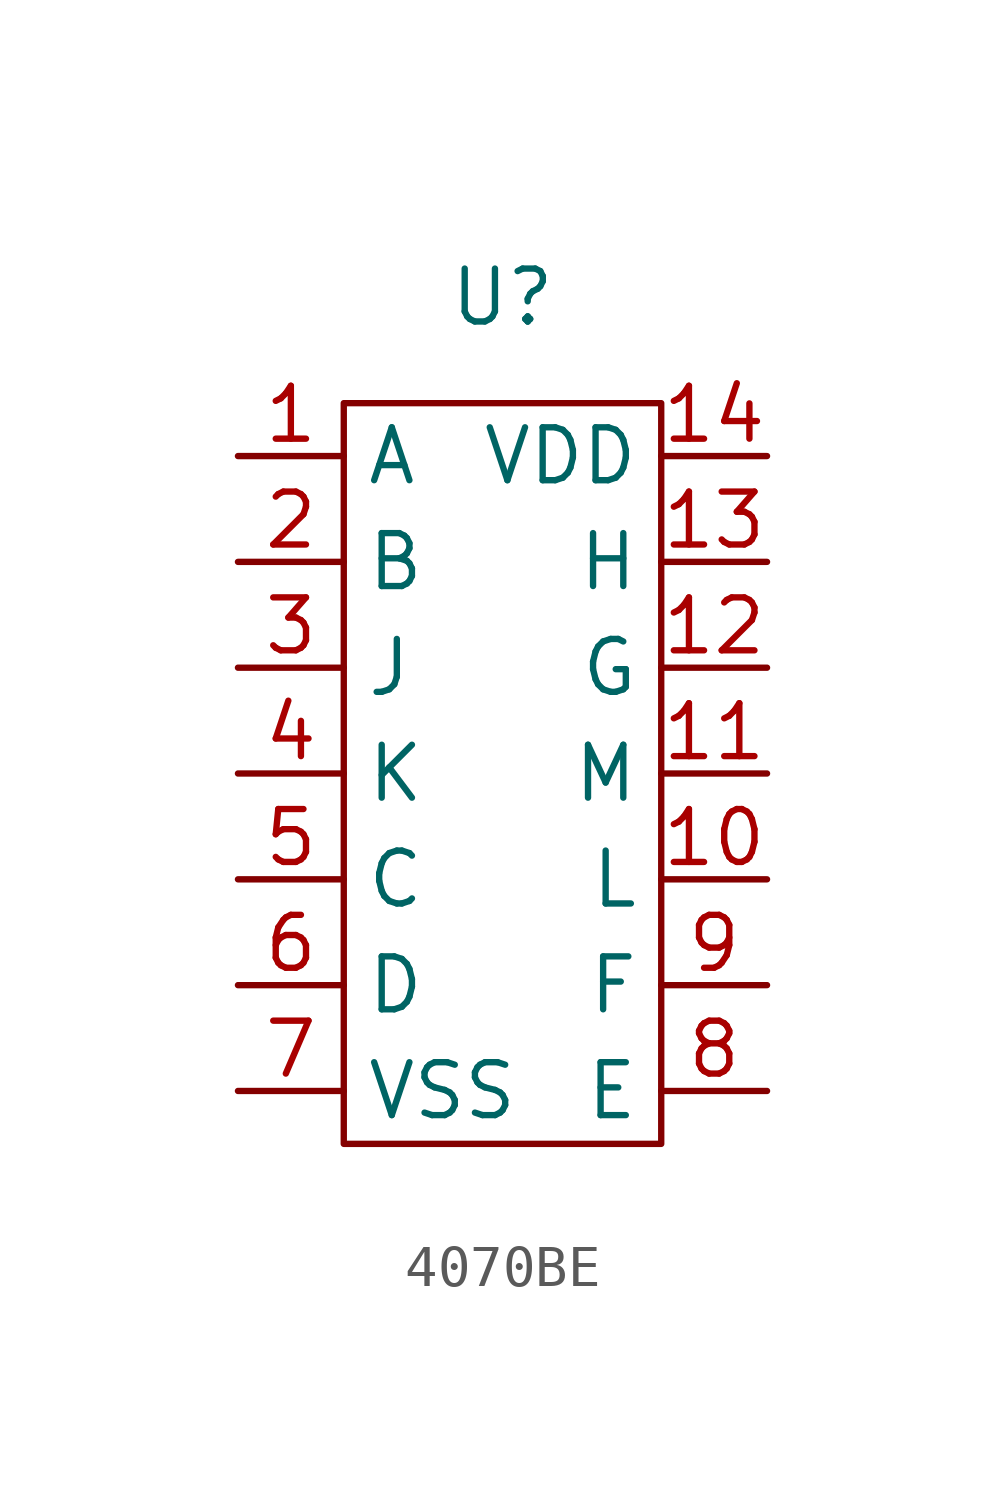
<source format=kicad_sym>
(kicad_symbol_lib
  (version 20220914)
  (generator kicad_symbol_editor)
  (symbol "4070BE"
    (property "Reference" "U"
      (at 0 11.43 0)
      (effects (font (size 1.27 1.27))))
    (property "Value" ""
      (at -1.27 11.43 0)
      (effects (font (size 1.27 1.27))))
    (symbol "4070BE_0_1"
      (rectangle (start -3.81 8.89) (end 3.81 -8.89) (stroke (width 0) (type default)) (fill (type none))))
    (symbol "4070BE_1_1"
      (pin input line (at -6.35 7.62 0) (length 2.54) (name "A" (effects (font (size 1.27 1.27)))) (number "1" (effects (font (size 1.27 1.27)))))
      (pin output line (at 6.35 -2.54 180) (length 2.54) (name "L" (effects (font (size 1.27 1.27)))) (number "10" (effects (font (size 1.27 1.27)))))
      (pin output line (at 6.35 0 180) (length 2.54) (name "M" (effects (font (size 1.27 1.27)))) (number "11" (effects (font (size 1.27 1.27)))))
      (pin input line (at 6.35 2.54 180) (length 2.54) (name "G" (effects (font (size 1.27 1.27)))) (number "12" (effects (font (size 1.27 1.27)))))
      (pin input line (at 6.35 5.08 180) (length 2.54) (name "H" (effects (font (size 1.27 1.27)))) (number "13" (effects (font (size 1.27 1.27)))))
      (pin input line (at 6.35 7.62 180) (length 2.54) (name "VDD" (effects (font (size 1.27 1.27)))) (number "14" (effects (font (size 1.27 1.27)))))
      (pin input line (at -6.35 5.08 0) (length 2.54) (name "B" (effects (font (size 1.27 1.27)))) (number "2" (effects (font (size 1.27 1.27)))))
      (pin output line (at -6.35 2.54 0) (length 2.54) (name "J" (effects (font (size 1.27 1.27)))) (number "3" (effects (font (size 1.27 1.27)))))
      (pin output line (at -6.35 0 0) (length 2.54) (name "K" (effects (font (size 1.27 1.27)))) (number "4" (effects (font (size 1.27 1.27)))))
      (pin input line (at -6.35 -2.54 0) (length 2.54) (name "C" (effects (font (size 1.27 1.27)))) (number "5" (effects (font (size 1.27 1.27)))))
      (pin input line (at -6.35 -5.08 0) (length 2.54) (name "D" (effects (font (size 1.27 1.27)))) (number "6" (effects (font (size 1.27 1.27)))))
      (pin input line (at -6.35 -7.62 0) (length 2.54) (name "VSS" (effects (font (size 1.27 1.27)))) (number "7" (effects (font (size 1.27 1.27)))))
      (pin input line (at 6.35 -7.62 180) (length 2.54) (name "E" (effects (font (size 1.27 1.27)))) (number "8" (effects (font (size 1.27 1.27)))))
      (pin input line (at 6.35 -5.08 180) (length 2.54) (name "F" (effects (font (size 1.27 1.27)))) (number "9" (effects (font (size 1.27 1.27))))))))
</source>
